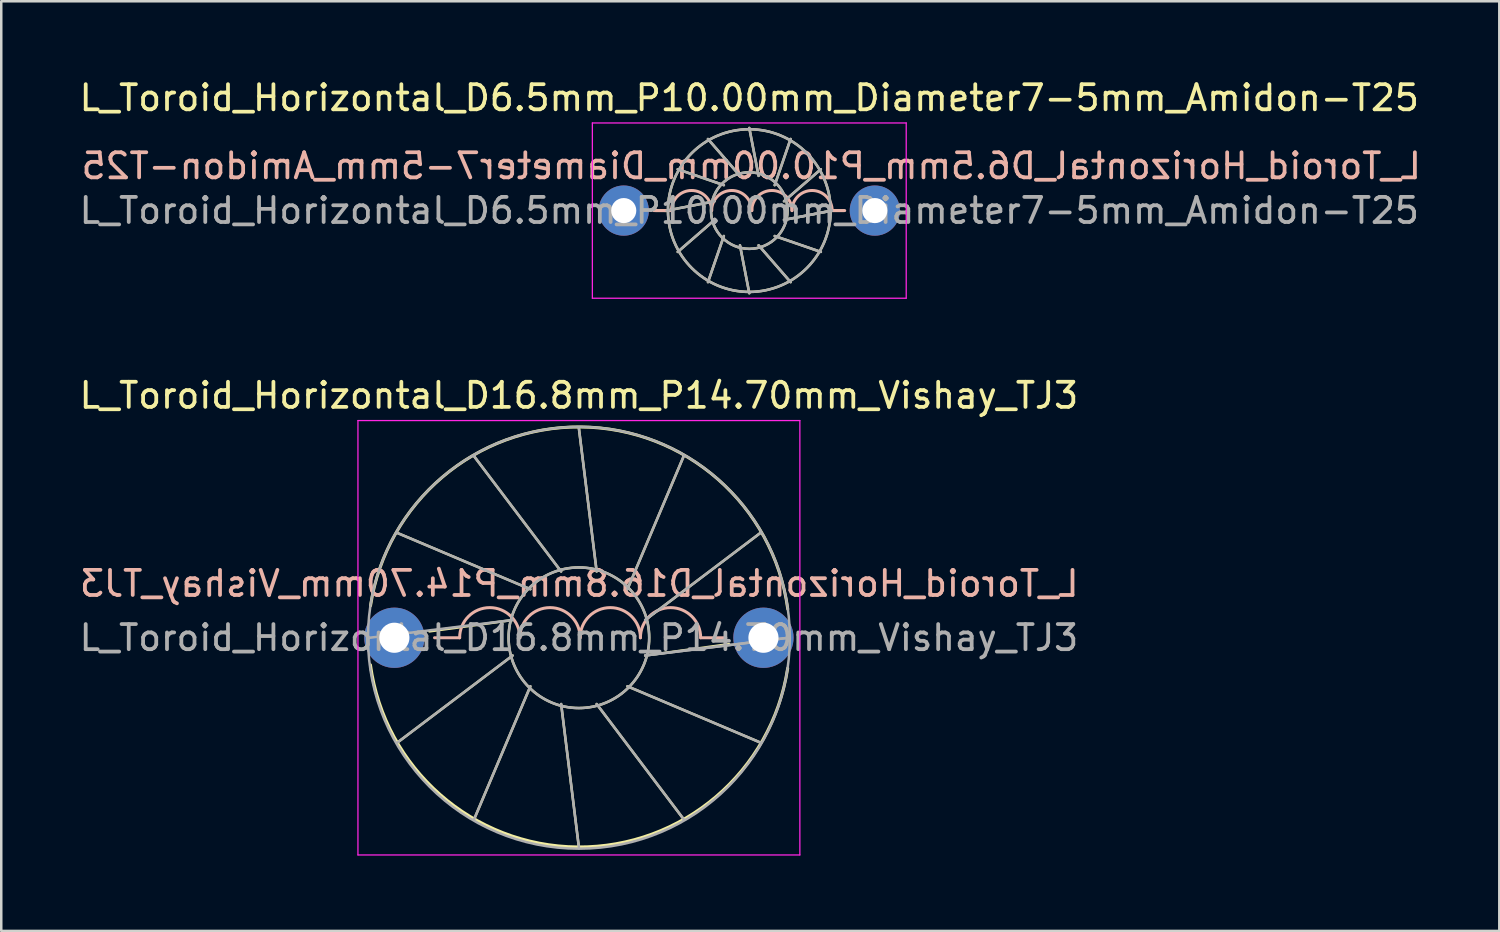
<source format=kicad_pcb>
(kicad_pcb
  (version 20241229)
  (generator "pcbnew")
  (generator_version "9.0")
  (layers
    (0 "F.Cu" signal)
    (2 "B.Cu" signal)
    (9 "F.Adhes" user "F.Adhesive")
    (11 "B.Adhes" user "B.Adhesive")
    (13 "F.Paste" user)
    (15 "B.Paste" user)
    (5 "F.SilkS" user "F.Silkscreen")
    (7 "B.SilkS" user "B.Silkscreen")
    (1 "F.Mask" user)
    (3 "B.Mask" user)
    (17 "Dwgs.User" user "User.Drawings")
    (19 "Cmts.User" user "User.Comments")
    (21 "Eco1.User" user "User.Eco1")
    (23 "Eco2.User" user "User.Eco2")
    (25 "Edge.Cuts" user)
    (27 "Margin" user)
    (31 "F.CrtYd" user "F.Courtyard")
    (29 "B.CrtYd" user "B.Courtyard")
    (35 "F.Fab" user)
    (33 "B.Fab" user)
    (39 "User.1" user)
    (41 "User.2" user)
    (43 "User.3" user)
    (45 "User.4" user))
  (footprint "L_Toroid_Horizontal_D6.5mm_P10.00mm_Diameter7-5mm_Amidon-T25"
    (layer "F.Cu")
    (at 21.792 5.337)
    (property "Reference" "L_Toroid_Horizontal_D6.5mm_P10.00mm_Diameter7-5mm_Amidon-T25" (at 5 -4.489 0) (layer "F.SilkS") (effects (font (size 1 1) (thickness 0.15))))
    (fp_line (start 1.27 0) (end 1.709 0.000305) (stroke (width 0.12) (type solid)) (layer "F.SilkS"))
    (fp_line (start 1.709 0.000305) (end 3.617 -0.371) (stroke (width 0.1) (type solid)) (layer "F.SilkS"))
    (fp_line (start 2.149 -1.645) (end 3.987 -1.013) (stroke (width 0.1) (type solid)) (layer "F.SilkS"))
    (fp_line (start 2.15 1.646) (end 3.617 0.371) (stroke (width 0.1) (type solid)) (layer "F.SilkS"))
    (fp_line (start 3.354 -2.85) (end 4.629 -1.383) (stroke (width 0.1) (type solid)) (layer "F.SilkS"))
    (fp_line (start 3.355 2.85) (end 3.987 1.013) (stroke (width 0.1) (type solid)) (layer "F.SilkS"))
    (fp_line (start 5 -3.291) (end 5.37 -1.383) (stroke (width 0.1) (type solid)) (layer "F.SilkS"))
    (fp_line (start 5 3.291) (end 4.629 1.383) (stroke (width 0.1) (type solid)) (layer "F.SilkS"))
    (fp_line (start 6.645 -2.851) (end 6.012 -1.013) (stroke (width 0.1) (type solid)) (layer "F.SilkS"))
    (fp_line (start 6.646 2.85) (end 5.371 1.383) (stroke (width 0.1) (type solid)) (layer "F.SilkS"))
    (fp_line (start 7.85 -1.646) (end 6.383 -0.371) (stroke (width 0.1) (type solid)) (layer "F.SilkS"))
    (fp_line (start 7.85 1.646) (end 6.013 1.013) (stroke (width 0.1) (type solid)) (layer "F.SilkS"))
    (fp_line (start 8.291 0) (end 6.383 0.371) (stroke (width 0.1) (type solid)) (layer "F.SilkS"))
    (fp_line (start 8.763 0) (end 8.291 0) (stroke (width 0.12) (type solid)) (layer "F.SilkS"))
    (fp_circle (center 5 0) (end 6.524 0) (stroke (width 0.1) (type solid)) (fill no) (layer "F.SilkS"))
    (fp_circle (center 5 0) (end 8.239 0) (stroke (width 0.1) (type solid)) (fill no) (layer "F.SilkS"))
    (fp_line (start 1.2 0) (end 1.9 0) (stroke (width 0.12) (type solid)) (layer "B.SilkS"))
    (fp_line (start 8.8 0) (end 8.3 0) (stroke (width 0.12) (type solid)) (layer "B.SilkS"))
    (fp_arc (start 1.9 0) (mid 2.7 -0.8) (end 3.5 0) (stroke (width 0.12) (type solid)) (layer "B.SilkS"))
    (fp_arc (start 3.5 0) (mid 4.3 -0.8) (end 5.1 0) (stroke (width 0.12) (type solid)) (layer "B.SilkS"))
    (fp_arc (start 5.1 0) (mid 5.9 -0.8) (end 6.7 0) (stroke (width 0.12) (type solid)) (layer "B.SilkS"))
    (fp_arc (start 6.7 0) (mid 7.5 -0.8) (end 8.3 0) (stroke (width 0.12) (type solid)) (layer "B.SilkS"))
    (fp_line (start -1.25 -3.49) (end -1.25 3.49) (stroke (width 0.05) (type solid)) (layer "F.CrtYd"))
    (fp_line (start -1.25 3.49) (end 11.25 3.49) (stroke (width 0.05) (type solid)) (layer "F.CrtYd"))
    (fp_line (start 11.25 -3.49) (end -1.25 -3.49) (stroke (width 0.05) (type solid)) (layer "F.CrtYd"))
    (fp_line (start 11.25 3.49) (end 11.25 -3.49) (stroke (width 0.05) (type solid)) (layer "F.CrtYd"))
    (fp_line (start 1.709 0.000305) (end 3.617 -0.371) (stroke (width 0.1) (type solid)) (layer "F.Fab"))
    (fp_line (start 2.149 -1.645) (end 3.987 -1.013) (stroke (width 0.1) (type solid)) (layer "F.Fab"))
    (fp_line (start 2.15 1.646) (end 3.617 0.371) (stroke (width 0.1) (type solid)) (layer "F.Fab"))
    (fp_line (start 3.354 -2.85) (end 4.629 -1.383) (stroke (width 0.1) (type solid)) (layer "F.Fab"))
    (fp_line (start 3.355 2.85) (end 3.987 1.013) (stroke (width 0.1) (type solid)) (layer "F.Fab"))
    (fp_line (start 5 -3.291) (end 5.37 -1.383) (stroke (width 0.1) (type solid)) (layer "F.Fab"))
    (fp_line (start 5 3.291) (end 4.629 1.383) (stroke (width 0.1) (type solid)) (layer "F.Fab"))
    (fp_line (start 6.645 -2.851) (end 6.012 -1.013) (stroke (width 0.1) (type solid)) (layer "F.Fab"))
    (fp_line (start 6.646 2.85) (end 5.371 1.383) (stroke (width 0.1) (type solid)) (layer "F.Fab"))
    (fp_line (start 7.85 -1.646) (end 6.383 -0.371) (stroke (width 0.1) (type solid)) (layer "F.Fab"))
    (fp_line (start 7.85 1.646) (end 6.013 1.013) (stroke (width 0.1) (type solid)) (layer "F.Fab"))
    (fp_line (start 8.291 -0.001) (end 6.383 0.37) (stroke (width 0.1) (type solid)) (layer "F.Fab"))
    (fp_line (start 8.291 0) (end 6.383 0.371) (stroke (width 0.1) (type solid)) (layer "F.Fab"))
    (fp_circle (center 5 0) (end 6.524 0) (stroke (width 0.1) (type solid)) (fill no) (layer "F.Fab"))
    (fp_circle (center 5 0) (end 8.239 0) (stroke (width 0.1) (type solid)) (fill no) (layer "F.Fab"))
    (fp_text user "${REFERENCE}" (at 5.08 -1.778 0) (layer "B.SilkS") (effects (font (size 1 1) (thickness 0.15)) (justify mirror)))
    (fp_text user "${REFERENCE}" (at 5 0 0) (layer "F.Fab") (effects (font (size 1 1) (thickness 0.15))))
    (pad "1" thru_hole circle (at 0 0) (size 2 2) (drill 1) (layers "*.Cu" "*.Mask"))
    (pad "2" thru_hole circle (at 10 0) (size 2 2) (drill 1) (layers "*.Cu" "*.Mask")))
  (footprint "L_Toroid_Horizontal_D16.8mm_P14.70mm_Vishay_TJ3"
    (layer "F.Cu")
    (at 12.656 22.35)
    (property "Reference" "L_Toroid_Horizontal_D16.8mm_P14.70mm_Vishay_TJ3" (at 7.35 -9.65 0) (layer "F.SilkS") (effects (font (size 1 1) (thickness 0.15))))
    (fp_line (start 0.119 -4.174) (end 5.417 -1.933) (stroke (width 0.1) (type solid)) (layer "F.SilkS"))
    (fp_line (start 0.119 4.175) (end 4.71 0.708) (stroke (width 0.1) (type solid)) (layer "F.SilkS"))
    (fp_line (start 1.397 -0.254) (end 4.709 -0.707) (stroke (width 0.1) (type solid)) (layer "F.SilkS"))
    (fp_line (start 3.174 -7.23) (end 6.642 -2.64) (stroke (width 0.1) (type solid)) (layer "F.SilkS"))
    (fp_line (start 3.176 7.231) (end 5.417 1.933) (stroke (width 0.1) (type solid)) (layer "F.SilkS"))
    (fp_line (start 7.349 -8.35) (end 8.057 -2.641) (stroke (width 0.1) (type solid)) (layer "F.SilkS"))
    (fp_line (start 7.35 8.35) (end 6.643 2.64) (stroke (width 0.1) (type solid)) (layer "F.SilkS"))
    (fp_line (start 11.524 -7.232) (end 9.283 -1.933) (stroke (width 0.1) (type solid)) (layer "F.SilkS"))
    (fp_line (start 11.525 7.231) (end 8.058 2.64) (stroke (width 0.1) (type solid)) (layer "F.SilkS"))
    (fp_line (start 13.335 0.254) (end 9.99 0.707) (stroke (width 0.1) (type solid)) (layer "F.SilkS"))
    (fp_line (start 14.58 -4.176) (end 9.99 -0.708) (stroke (width 0.1) (type solid)) (layer "F.SilkS"))
    (fp_line (start 14.581 4.175) (end 9.283 1.933) (stroke (width 0.1) (type solid)) (layer "F.SilkS"))
    (fp_arc (start -0.949019 -1.276773) (mid 7.417592 -8.396386) (end 15.668499 -1.142999) (stroke (width 0.12) (type solid)) (layer "F.SilkS"))
    (fp_arc (start 15.665019 1.213273) (mid 7.298408 8.332886) (end -0.952499 1.079499) (stroke (width 0.12) (type solid)) (layer "F.SilkS"))
    (fp_circle (center 7.35 0) (end 10.15 0) (stroke (width 0.1) (type solid)) (fill no) (layer "F.SilkS"))
    (fp_line (start 1.6 0) (end 2.6 0) (stroke (width 0.12) (type solid)) (layer "B.SilkS"))
    (fp_line (start 13.2 0) (end 12.2 0) (stroke (width 0.12) (type solid)) (layer "B.SilkS"))
    (fp_arc (start 2.6 0) (mid 3.8 -1.2) (end 5 0) (stroke (width 0.12) (type solid)) (layer "B.SilkS"))
    (fp_arc (start 5 0) (mid 6.2 -1.2) (end 7.4 0) (stroke (width 0.12) (type solid)) (layer "B.SilkS"))
    (fp_arc (start 7.4 0) (mid 8.6 -1.2) (end 9.8 0) (stroke (width 0.12) (type solid)) (layer "B.SilkS"))
    (fp_arc (start 9.8 0) (mid 11 -1.2) (end 12.2 0) (stroke (width 0.12) (type solid)) (layer "B.SilkS"))
    (fp_line (start -1.45 -8.65) (end -1.45 8.65) (stroke (width 0.05) (type solid)) (layer "F.CrtYd"))
    (fp_line (start -1.45 8.65) (end 16.15 8.65) (stroke (width 0.05) (type solid)) (layer "F.CrtYd"))
    (fp_line (start 16.15 -8.65) (end -1.45 -8.65) (stroke (width 0.05) (type solid)) (layer "F.CrtYd"))
    (fp_line (start 16.15 8.65) (end 16.15 -8.65) (stroke (width 0.05) (type solid)) (layer "F.CrtYd"))
    (fp_line (start -1 0.001) (end 4.709 -0.707) (stroke (width 0.1) (type solid)) (layer "F.Fab"))
    (fp_line (start 0.119 -4.174) (end 5.417 -1.933) (stroke (width 0.1) (type solid)) (layer "F.Fab"))
    (fp_line (start 0.119 4.175) (end 4.71 0.708) (stroke (width 0.1) (type solid)) (layer "F.Fab"))
    (fp_line (start 3.174 -7.23) (end 6.642 -2.64) (stroke (width 0.1) (type solid)) (layer "F.Fab"))
    (fp_line (start 3.176 7.231) (end 5.417 1.933) (stroke (width 0.1) (type solid)) (layer "F.Fab"))
    (fp_line (start 7.349 -8.35) (end 8.057 -2.641) (stroke (width 0.1) (type solid)) (layer "F.Fab"))
    (fp_line (start 7.35 8.35) (end 6.643 2.64) (stroke (width 0.1) (type solid)) (layer "F.Fab"))
    (fp_line (start 11.524 -7.232) (end 9.283 -1.933) (stroke (width 0.1) (type solid)) (layer "F.Fab"))
    (fp_line (start 11.525 7.231) (end 8.058 2.64) (stroke (width 0.1) (type solid)) (layer "F.Fab"))
    (fp_line (start 14.58 -4.176) (end 9.99 -0.708) (stroke (width 0.1) (type solid)) (layer "F.Fab"))
    (fp_line (start 14.581 4.175) (end 9.283 1.933) (stroke (width 0.1) (type solid)) (layer "F.Fab"))
    (fp_line (start 15.7 -0.002) (end 9.991 0.707) (stroke (width 0.1) (type solid)) (layer "F.Fab"))
    (fp_line (start 15.7 0) (end 9.99 0.707) (stroke (width 0.1) (type solid)) (layer "F.Fab"))
    (fp_circle (center 7.35 0) (end 10.15 0) (stroke (width 0.1) (type solid)) (fill no) (layer "F.Fab"))
    (fp_circle (center 7.35 0) (end 15.75 0) (stroke (width 0.1) (type solid)) (fill no) (layer "F.Fab"))
    (fp_text user "${REFERENCE}" (at 7.366 -2.159 0) (layer "B.SilkS") (effects (font (size 1 1) (thickness 0.15)) (justify mirror)))
    (fp_text user "${REFERENCE}" (at 7.35 0 0) (layer "F.Fab") (effects (font (size 1 1) (thickness 0.15))))
    (pad "1" thru_hole circle (at 0 0) (size 2.4 2.4) (drill 1.2) (layers "*.Cu" "*.Mask"))
    (pad "2" thru_hole circle (at 14.7 0) (size 2.4 2.4) (drill 1.2) (layers "*.Cu" "*.Mask")))
  (gr_rect
    (start -3 -3)
    (end 56.663 34.025)
    (stroke (width 0.1) (type default))
    (fill no)
    (layer "Edge.Cuts")))
</source>
